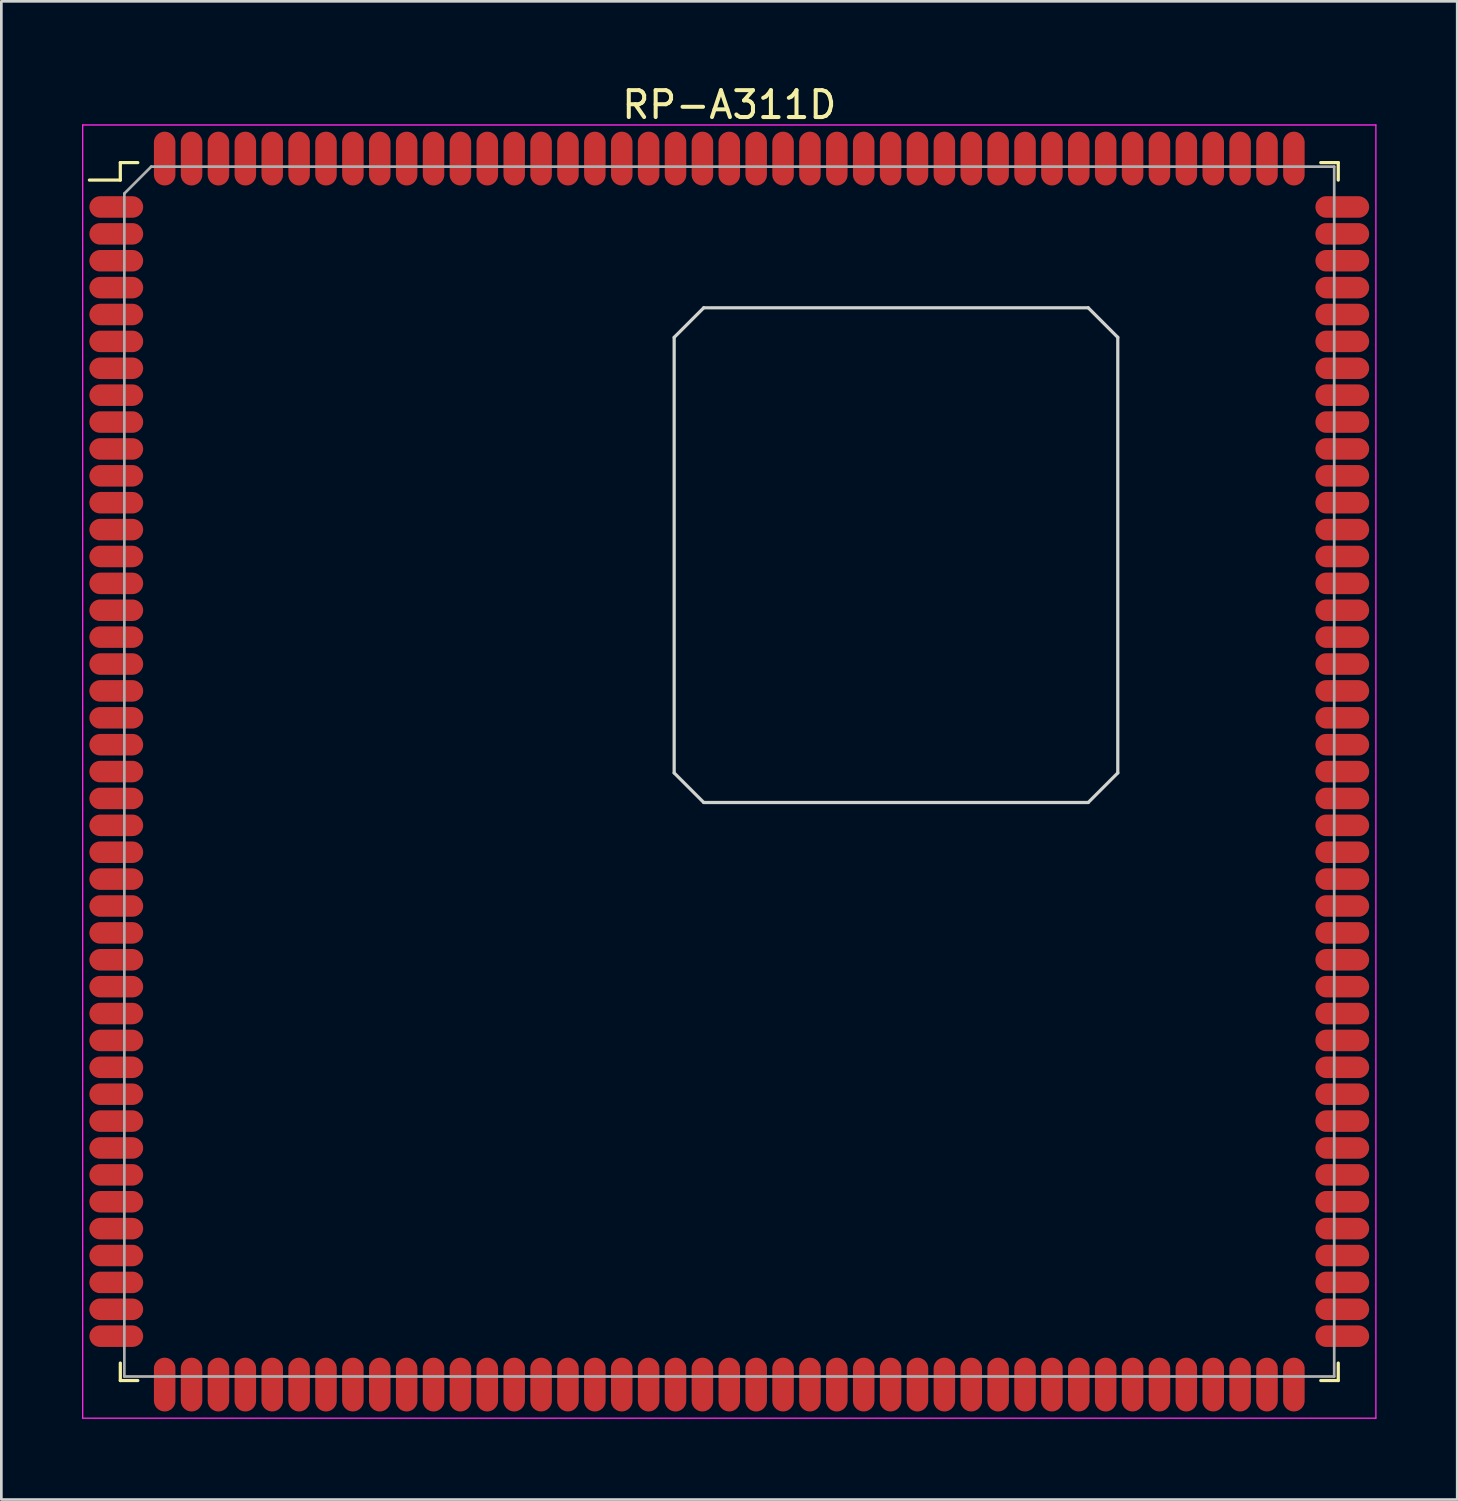
<source format=kicad_pcb>
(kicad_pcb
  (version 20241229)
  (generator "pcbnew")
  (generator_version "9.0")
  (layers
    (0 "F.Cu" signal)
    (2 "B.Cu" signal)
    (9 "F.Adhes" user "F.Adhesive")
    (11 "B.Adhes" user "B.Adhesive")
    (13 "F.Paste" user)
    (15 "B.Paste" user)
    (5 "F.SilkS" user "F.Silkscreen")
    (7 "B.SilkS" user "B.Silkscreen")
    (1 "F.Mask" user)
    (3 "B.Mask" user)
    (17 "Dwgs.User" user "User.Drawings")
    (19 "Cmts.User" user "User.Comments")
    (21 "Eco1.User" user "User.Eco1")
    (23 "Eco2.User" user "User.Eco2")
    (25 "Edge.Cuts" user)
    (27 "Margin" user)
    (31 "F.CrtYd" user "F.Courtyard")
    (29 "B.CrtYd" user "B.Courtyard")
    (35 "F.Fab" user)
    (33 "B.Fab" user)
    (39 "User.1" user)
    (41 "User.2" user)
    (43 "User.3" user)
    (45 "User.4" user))
  (footprint "RP-A311D"
    (layer "F.Cu")
    (at 24.075 25.648)
    (property "Reference" "RP-A311D" (at 0 -24.8 0) (layer "F.SilkS") (effects (font (size 1 1) (thickness 0.15))))
    (attr through_hole)
    (fp_line (start -22.65 -22.65) (end -22.65 -22) (stroke (width 0.12) (type solid)) (layer "F.SilkS"))
    (fp_line (start -22.65 -22) (end -23.8 -22) (stroke (width 0.12) (type solid)) (layer "F.SilkS"))
    (fp_line (start -22.65 22.65) (end -22.65 22) (stroke (width 0.12) (type solid)) (layer "F.SilkS"))
    (fp_line (start -22 -22.65) (end -22.65 -22.65) (stroke (width 0.12) (type solid)) (layer "F.SilkS"))
    (fp_line (start -22 22.65) (end -22.65 22.65) (stroke (width 0.12) (type solid)) (layer "F.SilkS"))
    (fp_line (start 22 -22.65) (end 22.65 -22.65) (stroke (width 0.12) (type solid)) (layer "F.SilkS"))
    (fp_line (start 22 22.65) (end 22.65 22.65) (stroke (width 0.12) (type solid)) (layer "F.SilkS"))
    (fp_line (start 22.65 -22.65) (end 22.65 -22) (stroke (width 0.12) (type solid)) (layer "F.SilkS"))
    (fp_line (start 22.65 22.65) (end 22.65 22) (stroke (width 0.12) (type solid)) (layer "F.SilkS"))
    (fp_line (start -2.05 -16.15) (end -2.05 0.05) (stroke (width 0.12) (type solid)) (layer "Edge.Cuts"))
    (fp_line (start -2.05 -16.15) (end -0.95 -17.25) (stroke (width 0.12) (type solid)) (layer "Edge.Cuts"))
    (fp_line (start -0.95 1.15) (end -2.05 0.05) (stroke (width 0.12) (type solid)) (layer "Edge.Cuts"))
    (fp_line (start -0.95 1.15) (end 13.35 1.15) (stroke (width 0.12) (type solid)) (layer "Edge.Cuts"))
    (fp_line (start 13.35 -17.25) (end -0.95 -17.25) (stroke (width 0.12) (type solid)) (layer "Edge.Cuts"))
    (fp_line (start 13.35 1.15) (end 14.45 0.05) (stroke (width 0.12) (type solid)) (layer "Edge.Cuts"))
    (fp_line (start 14.45 -16.15) (end 13.35 -17.25) (stroke (width 0.12) (type solid)) (layer "Edge.Cuts"))
    (fp_line (start 14.45 0.05) (end 14.45 -16.15) (stroke (width 0.12) (type solid)) (layer "Edge.Cuts"))
    (fp_line (start -24.05 -24.05) (end 24.05 -24.05) (stroke (width 0.05) (type solid)) (layer "F.CrtYd"))
    (fp_line (start -24.05 24.05) (end -24.05 -24.05) (stroke (width 0.05) (type solid)) (layer "F.CrtYd"))
    (fp_line (start 24.05 -24.05) (end 24.05 24.05) (stroke (width 0.05) (type solid)) (layer "F.CrtYd"))
    (fp_line (start 24.05 24.05) (end -24.05 24.05) (stroke (width 0.05) (type solid)) (layer "F.CrtYd"))
    (fp_line (start -22.5 -21.5) (end -22.5 22.5) (stroke (width 0.1) (type solid)) (layer "F.Fab"))
    (fp_line (start -22.5 22.5) (end 22.5 22.5) (stroke (width 0.1) (type solid)) (layer "F.Fab"))
    (fp_line (start -21.5 -22.5) (end -22.5 -21.5) (stroke (width 0.1) (type solid)) (layer "F.Fab"))
    (fp_line (start 22.5 -22.5) (end -21.5 -22.5) (stroke (width 0.1) (type solid)) (layer "F.Fab"))
    (fp_line (start 22.5 22.5) (end 22.5 -22.5) (stroke (width 0.1) (type solid)) (layer "F.Fab"))
    (pad "1" smd oval (at -22.8 -21 90) (size 0.8 2) (layers "F.Cu" "F.Mask" "F.Paste"))
    (pad "2" smd oval (at -22.8 -20 90) (size 0.8 2) (layers "F.Cu" "F.Mask" "F.Paste"))
    (pad "3" smd oval (at -22.8 -19 90) (size 0.8 2) (layers "F.Cu" "F.Mask" "F.Paste"))
    (pad "4" smd oval (at -22.8 -18 90) (size 0.8 2) (layers "F.Cu" "F.Mask" "F.Paste"))
    (pad "5" smd oval (at -22.8 -17 90) (size 0.8 2) (layers "F.Cu" "F.Mask" "F.Paste"))
    (pad "6" smd oval (at -22.8 -16 90) (size 0.8 2) (layers "F.Cu" "F.Mask" "F.Paste"))
    (pad "7" smd oval (at -22.8 -15 90) (size 0.8 2) (layers "F.Cu" "F.Mask" "F.Paste"))
    (pad "8" smd oval (at -22.8 -14 90) (size 0.8 2) (layers "F.Cu" "F.Mask" "F.Paste"))
    (pad "9" smd oval (at -22.8 -13 90) (size 0.8 2) (layers "F.Cu" "F.Mask" "F.Paste"))
    (pad "10" smd oval (at -22.8 -12 90) (size 0.8 2) (layers "F.Cu" "F.Mask" "F.Paste"))
    (pad "11" smd oval (at -22.8 -11 90) (size 0.8 2) (layers "F.Cu" "F.Mask" "F.Paste"))
    (pad "12" smd oval (at -22.8 -10 90) (size 0.8 2) (layers "F.Cu" "F.Mask" "F.Paste"))
    (pad "13" smd oval (at -22.8 -9 90) (size 0.8 2) (layers "F.Cu" "F.Mask" "F.Paste"))
    (pad "14" smd oval (at -22.8 -8 90) (size 0.8 2) (layers "F.Cu" "F.Mask" "F.Paste"))
    (pad "15" smd oval (at -22.8 -7 90) (size 0.8 2) (layers "F.Cu" "F.Mask" "F.Paste"))
    (pad "16" smd oval (at -22.8 -6 90) (size 0.8 2) (layers "F.Cu" "F.Mask" "F.Paste"))
    (pad "17" smd oval (at -22.8 -5 90) (size 0.8 2) (layers "F.Cu" "F.Mask" "F.Paste"))
    (pad "18" smd oval (at -22.8 -4 90) (size 0.8 2) (layers "F.Cu" "F.Mask" "F.Paste"))
    (pad "19" smd oval (at -22.8 -3 90) (size 0.8 2) (layers "F.Cu" "F.Mask" "F.Paste"))
    (pad "20" smd oval (at -22.8 -2 90) (size 0.8 2) (layers "F.Cu" "F.Mask" "F.Paste"))
    (pad "21" smd oval (at -22.8 -1 90) (size 0.8 2) (layers "F.Cu" "F.Mask" "F.Paste"))
    (pad "22" smd oval (at -22.8 0 90) (size 0.8 2) (layers "F.Cu" "F.Mask" "F.Paste"))
    (pad "23" smd oval (at -22.8 1 90) (size 0.8 2) (layers "F.Cu" "F.Mask" "F.Paste"))
    (pad "24" smd oval (at -22.8 2 90) (size 0.8 2) (layers "F.Cu" "F.Mask" "F.Paste"))
    (pad "25" smd oval (at -22.8 3 90) (size 0.8 2) (layers "F.Cu" "F.Mask" "F.Paste"))
    (pad "26" smd oval (at -22.8 4 90) (size 0.8 2) (layers "F.Cu" "F.Mask" "F.Paste"))
    (pad "27" smd oval (at -22.8 5 90) (size 0.8 2) (layers "F.Cu" "F.Mask" "F.Paste"))
    (pad "28" smd oval (at -22.8 6 90) (size 0.8 2) (layers "F.Cu" "F.Mask" "F.Paste"))
    (pad "29" smd oval (at -22.8 7 90) (size 0.8 2) (layers "F.Cu" "F.Mask" "F.Paste"))
    (pad "30" smd oval (at -22.8 8 90) (size 0.8 2) (layers "F.Cu" "F.Mask" "F.Paste"))
    (pad "31" smd oval (at -22.8 9 90) (size 0.8 2) (layers "F.Cu" "F.Mask" "F.Paste"))
    (pad "32" smd oval (at -22.8 10 90) (size 0.8 2) (layers "F.Cu" "F.Mask" "F.Paste"))
    (pad "33" smd oval (at -22.8 11 90) (size 0.8 2) (layers "F.Cu" "F.Mask" "F.Paste"))
    (pad "34" smd oval (at -22.8 12 90) (size 0.8 2) (layers "F.Cu" "F.Mask" "F.Paste"))
    (pad "35" smd oval (at -22.8 13 90) (size 0.8 2) (layers "F.Cu" "F.Mask" "F.Paste"))
    (pad "36" smd oval (at -22.8 14 90) (size 0.8 2) (layers "F.Cu" "F.Mask" "F.Paste"))
    (pad "37" smd oval (at -22.8 15 90) (size 0.8 2) (layers "F.Cu" "F.Mask" "F.Paste"))
    (pad "38" smd oval (at -22.8 16 90) (size 0.8 2) (layers "F.Cu" "F.Mask" "F.Paste"))
    (pad "39" smd oval (at -22.8 17 90) (size 0.8 2) (layers "F.Cu" "F.Mask" "F.Paste"))
    (pad "40" smd oval (at -22.8 18 90) (size 0.8 2) (layers "F.Cu" "F.Mask" "F.Paste"))
    (pad "41" smd oval (at -22.8 19 90) (size 0.8 2) (layers "F.Cu" "F.Mask" "F.Paste"))
    (pad "42" smd oval (at -22.8 20 90) (size 0.8 2) (layers "F.Cu" "F.Mask" "F.Paste"))
    (pad "43" smd oval (at -22.8 21 90) (size 0.8 2) (layers "F.Cu" "F.Mask" "F.Paste"))
    (pad "44" smd oval (at -21 22.8) (size 0.8 2) (layers "F.Cu" "F.Mask" "F.Paste"))
    (pad "45" smd oval (at -20 22.8) (size 0.8 2) (layers "F.Cu" "F.Mask" "F.Paste"))
    (pad "46" smd oval (at -19 22.8) (size 0.8 2) (layers "F.Cu" "F.Mask" "F.Paste"))
    (pad "47" smd oval (at -18 22.8) (size 0.8 2) (layers "F.Cu" "F.Mask" "F.Paste"))
    (pad "48" smd oval (at -17 22.8) (size 0.8 2) (layers "F.Cu" "F.Mask" "F.Paste"))
    (pad "49" smd oval (at -16 22.8) (size 0.8 2) (layers "F.Cu" "F.Mask" "F.Paste"))
    (pad "50" smd oval (at -15 22.8) (size 0.8 2) (layers "F.Cu" "F.Mask" "F.Paste"))
    (pad "51" smd oval (at -14 22.8) (size 0.8 2) (layers "F.Cu" "F.Mask" "F.Paste"))
    (pad "52" smd oval (at -13 22.8) (size 0.8 2) (layers "F.Cu" "F.Mask" "F.Paste"))
    (pad "53" smd oval (at -12 22.8) (size 0.8 2) (layers "F.Cu" "F.Mask" "F.Paste"))
    (pad "54" smd oval (at -11 22.8) (size 0.8 2) (layers "F.Cu" "F.Mask" "F.Paste"))
    (pad "55" smd oval (at -10 22.8) (size 0.8 2) (layers "F.Cu" "F.Mask" "F.Paste"))
    (pad "56" smd oval (at -9 22.8) (size 0.8 2) (layers "F.Cu" "F.Mask" "F.Paste"))
    (pad "57" smd oval (at -8 22.8) (size 0.8 2) (layers "F.Cu" "F.Mask" "F.Paste"))
    (pad "58" smd oval (at -7 22.8) (size 0.8 2) (layers "F.Cu" "F.Mask" "F.Paste"))
    (pad "59" smd oval (at -6 22.8) (size 0.8 2) (layers "F.Cu" "F.Mask" "F.Paste"))
    (pad "60" smd oval (at -5 22.8) (size 0.8 2) (layers "F.Cu" "F.Mask" "F.Paste"))
    (pad "61" smd oval (at -4 22.8) (size 0.8 2) (layers "F.Cu" "F.Mask" "F.Paste"))
    (pad "62" smd oval (at -3 22.8) (size 0.8 2) (layers "F.Cu" "F.Mask" "F.Paste"))
    (pad "63" smd oval (at -2 22.8) (size 0.8 2) (layers "F.Cu" "F.Mask" "F.Paste"))
    (pad "64" smd oval (at -1 22.8) (size 0.8 2) (layers "F.Cu" "F.Mask" "F.Paste"))
    (pad "65" smd oval (at 0 22.8) (size 0.8 2) (layers "F.Cu" "F.Mask" "F.Paste"))
    (pad "66" smd oval (at 1 22.8) (size 0.8 2) (layers "F.Cu" "F.Mask" "F.Paste"))
    (pad "67" smd oval (at 2 22.8) (size 0.8 2) (layers "F.Cu" "F.Mask" "F.Paste"))
    (pad "68" smd oval (at 3 22.8) (size 0.8 2) (layers "F.Cu" "F.Mask" "F.Paste"))
    (pad "69" smd oval (at 4 22.8) (size 0.8 2) (layers "F.Cu" "F.Mask" "F.Paste"))
    (pad "70" smd oval (at 5 22.8) (size 0.8 2) (layers "F.Cu" "F.Mask" "F.Paste"))
    (pad "71" smd oval (at 6 22.8) (size 0.8 2) (layers "F.Cu" "F.Mask" "F.Paste"))
    (pad "72" smd oval (at 7 22.8) (size 0.8 2) (layers "F.Cu" "F.Mask" "F.Paste"))
    (pad "73" smd oval (at 8 22.8) (size 0.8 2) (layers "F.Cu" "F.Mask" "F.Paste"))
    (pad "74" smd oval (at 9 22.8) (size 0.8 2) (layers "F.Cu" "F.Mask" "F.Paste"))
    (pad "75" smd oval (at 10 22.8) (size 0.8 2) (layers "F.Cu" "F.Mask" "F.Paste"))
    (pad "76" smd oval (at 11 22.8) (size 0.8 2) (layers "F.Cu" "F.Mask" "F.Paste"))
    (pad "77" smd oval (at 12 22.8) (size 0.8 2) (layers "F.Cu" "F.Mask" "F.Paste"))
    (pad "78" smd oval (at 13 22.8) (size 0.8 2) (layers "F.Cu" "F.Mask" "F.Paste"))
    (pad "79" smd oval (at 14 22.8) (size 0.8 2) (layers "F.Cu" "F.Mask" "F.Paste"))
    (pad "80" smd oval (at 15 22.8) (size 0.8 2) (layers "F.Cu" "F.Mask" "F.Paste"))
    (pad "81" smd oval (at 16 22.8) (size 0.8 2) (layers "F.Cu" "F.Mask" "F.Paste"))
    (pad "82" smd oval (at 17 22.8) (size 0.8 2) (layers "F.Cu" "F.Mask" "F.Paste"))
    (pad "83" smd oval (at 18 22.8) (size 0.8 2) (layers "F.Cu" "F.Mask" "F.Paste"))
    (pad "84" smd oval (at 19 22.8) (size 0.8 2) (layers "F.Cu" "F.Mask" "F.Paste"))
    (pad "85" smd oval (at 20 22.8) (size 0.8 2) (layers "F.Cu" "F.Mask" "F.Paste"))
    (pad "86" smd oval (at 21 22.8) (size 0.8 2) (layers "F.Cu" "F.Mask" "F.Paste"))
    (pad "87" smd oval (at 22.8 21 90) (size 0.8 2) (layers "F.Cu" "F.Mask" "F.Paste"))
    (pad "88" smd oval (at 22.8 20 90) (size 0.8 2) (layers "F.Cu" "F.Mask" "F.Paste"))
    (pad "89" smd oval (at 22.8 19 90) (size 0.8 2) (layers "F.Cu" "F.Mask" "F.Paste"))
    (pad "90" smd oval (at 22.8 18 90) (size 0.8 2) (layers "F.Cu" "F.Mask" "F.Paste"))
    (pad "91" smd oval (at 22.8 17 90) (size 0.8 2) (layers "F.Cu" "F.Mask" "F.Paste"))
    (pad "92" smd oval (at 22.8 16 90) (size 0.8 2) (layers "F.Cu" "F.Mask" "F.Paste"))
    (pad "93" smd oval (at 22.8 15 90) (size 0.8 2) (layers "F.Cu" "F.Mask" "F.Paste"))
    (pad "94" smd oval (at 22.8 14 90) (size 0.8 2) (layers "F.Cu" "F.Mask" "F.Paste"))
    (pad "95" smd oval (at 22.8 13 90) (size 0.8 2) (layers "F.Cu" "F.Mask" "F.Paste"))
    (pad "96" smd oval (at 22.8 12 90) (size 0.8 2) (layers "F.Cu" "F.Mask" "F.Paste"))
    (pad "97" smd oval (at 22.8 11 90) (size 0.8 2) (layers "F.Cu" "F.Mask" "F.Paste"))
    (pad "98" smd oval (at 22.8 10 90) (size 0.8 2) (layers "F.Cu" "F.Mask" "F.Paste"))
    (pad "99" smd oval (at 22.8 9 90) (size 0.8 2) (layers "F.Cu" "F.Mask" "F.Paste"))
    (pad "100" smd oval (at 22.8 8 90) (size 0.8 2) (layers "F.Cu" "F.Mask" "F.Paste"))
    (pad "101" smd oval (at 22.8 7 90) (size 0.8 2) (layers "F.Cu" "F.Mask" "F.Paste"))
    (pad "102" smd oval (at 22.8 6 90) (size 0.8 2) (layers "F.Cu" "F.Mask" "F.Paste"))
    (pad "103" smd oval (at 22.8 5 90) (size 0.8 2) (layers "F.Cu" "F.Mask" "F.Paste"))
    (pad "104" smd oval (at 22.8 4 90) (size 0.8 2) (layers "F.Cu" "F.Mask" "F.Paste"))
    (pad "105" smd oval (at 22.8 3 90) (size 0.8 2) (layers "F.Cu" "F.Mask" "F.Paste"))
    (pad "106" smd oval (at 22.8 2 90) (size 0.8 2) (layers "F.Cu" "F.Mask" "F.Paste"))
    (pad "107" smd oval (at 22.8 1 90) (size 0.8 2) (layers "F.Cu" "F.Mask" "F.Paste"))
    (pad "108" smd oval (at 22.8 0 90) (size 0.8 2) (layers "F.Cu" "F.Mask" "F.Paste"))
    (pad "109" smd oval (at 22.8 -1 90) (size 0.8 2) (layers "F.Cu" "F.Mask" "F.Paste"))
    (pad "110" smd oval (at 22.8 -2 90) (size 0.8 2) (layers "F.Cu" "F.Mask" "F.Paste"))
    (pad "111" smd oval (at 22.8 -3 90) (size 0.8 2) (layers "F.Cu" "F.Mask" "F.Paste"))
    (pad "112" smd oval (at 22.8 -4 90) (size 0.8 2) (layers "F.Cu" "F.Mask" "F.Paste"))
    (pad "113" smd oval (at 22.8 -5 90) (size 0.8 2) (layers "F.Cu" "F.Mask" "F.Paste"))
    (pad "114" smd oval (at 22.8 -6 90) (size 0.8 2) (layers "F.Cu" "F.Mask" "F.Paste"))
    (pad "115" smd oval (at 22.8 -7 90) (size 0.8 2) (layers "F.Cu" "F.Mask" "F.Paste"))
    (pad "116" smd oval (at 22.8 -8 90) (size 0.8 2) (layers "F.Cu" "F.Mask" "F.Paste"))
    (pad "117" smd oval (at 22.8 -9 90) (size 0.8 2) (layers "F.Cu" "F.Mask" "F.Paste"))
    (pad "118" smd oval (at 22.8 -10 90) (size 0.8 2) (layers "F.Cu" "F.Mask" "F.Paste"))
    (pad "119" smd oval (at 22.8 -11 90) (size 0.8 2) (layers "F.Cu" "F.Mask" "F.Paste"))
    (pad "120" smd oval (at 22.8 -12 90) (size 0.8 2) (layers "F.Cu" "F.Mask" "F.Paste"))
    (pad "121" smd oval (at 22.8 -13 90) (size 0.8 2) (layers "F.Cu" "F.Mask" "F.Paste"))
    (pad "122" smd oval (at 22.8 -14 90) (size 0.8 2) (layers "F.Cu" "F.Mask" "F.Paste"))
    (pad "123" smd oval (at 22.8 -15 90) (size 0.8 2) (layers "F.Cu" "F.Mask" "F.Paste"))
    (pad "124" smd oval (at 22.8 -16 90) (size 0.8 2) (layers "F.Cu" "F.Mask" "F.Paste"))
    (pad "125" smd oval (at 22.8 -17 90) (size 0.8 2) (layers "F.Cu" "F.Mask" "F.Paste"))
    (pad "126" smd oval (at 22.8 -18 90) (size 0.8 2) (layers "F.Cu" "F.Mask" "F.Paste"))
    (pad "127" smd oval (at 22.8 -19 90) (size 0.8 2) (layers "F.Cu" "F.Mask" "F.Paste"))
    (pad "128" smd oval (at 22.8 -20 90) (size 0.8 2) (layers "F.Cu" "F.Mask" "F.Paste"))
    (pad "129" smd oval (at 22.8 -21 90) (size 0.8 2) (layers "F.Cu" "F.Mask" "F.Paste"))
    (pad "130" smd oval (at 21 -22.8) (size 0.8 2) (layers "F.Cu" "F.Mask" "F.Paste"))
    (pad "131" smd oval (at 20 -22.8) (size 0.8 2) (layers "F.Cu" "F.Mask" "F.Paste"))
    (pad "132" smd oval (at 19 -22.8) (size 0.8 2) (layers "F.Cu" "F.Mask" "F.Paste"))
    (pad "133" smd oval (at 18 -22.8) (size 0.8 2) (layers "F.Cu" "F.Mask" "F.Paste"))
    (pad "134" smd oval (at 17 -22.8) (size 0.8 2) (layers "F.Cu" "F.Mask" "F.Paste"))
    (pad "135" smd oval (at 16 -22.8) (size 0.8 2) (layers "F.Cu" "F.Mask" "F.Paste"))
    (pad "136" smd oval (at 15 -22.8) (size 0.8 2) (layers "F.Cu" "F.Mask" "F.Paste"))
    (pad "137" smd oval (at 14 -22.8) (size 0.8 2) (layers "F.Cu" "F.Mask" "F.Paste"))
    (pad "138" smd oval (at 13 -22.8) (size 0.8 2) (layers "F.Cu" "F.Mask" "F.Paste"))
    (pad "139" smd oval (at 12 -22.8) (size 0.8 2) (layers "F.Cu" "F.Mask" "F.Paste"))
    (pad "140" smd oval (at 11 -22.8) (size 0.8 2) (layers "F.Cu" "F.Mask" "F.Paste"))
    (pad "141" smd oval (at 10 -22.8) (size 0.8 2) (layers "F.Cu" "F.Mask" "F.Paste"))
    (pad "142" smd oval (at 9 -22.8) (size 0.8 2) (layers "F.Cu" "F.Mask" "F.Paste"))
    (pad "143" smd oval (at 8 -22.8) (size 0.8 2) (layers "F.Cu" "F.Mask" "F.Paste"))
    (pad "144" smd oval (at 7 -22.8) (size 0.8 2) (layers "F.Cu" "F.Mask" "F.Paste"))
    (pad "145" smd oval (at 6 -22.8) (size 0.8 2) (layers "F.Cu" "F.Mask" "F.Paste"))
    (pad "146" smd oval (at 5 -22.8) (size 0.8 2) (layers "F.Cu" "F.Mask" "F.Paste"))
    (pad "147" smd oval (at 4 -22.8) (size 0.8 2) (layers "F.Cu" "F.Mask" "F.Paste"))
    (pad "148" smd oval (at 3 -22.8) (size 0.8 2) (layers "F.Cu" "F.Mask" "F.Paste"))
    (pad "149" smd oval (at 2 -22.8) (size 0.8 2) (layers "F.Cu" "F.Mask" "F.Paste"))
    (pad "150" smd oval (at 1 -22.8) (size 0.8 2) (layers "F.Cu" "F.Mask" "F.Paste"))
    (pad "151" smd oval (at 0 -22.8) (size 0.8 2) (layers "F.Cu" "F.Mask" "F.Paste"))
    (pad "152" smd oval (at -1 -22.8) (size 0.8 2) (layers "F.Cu" "F.Mask" "F.Paste"))
    (pad "153" smd oval (at -2 -22.8) (size 0.8 2) (layers "F.Cu" "F.Mask" "F.Paste"))
    (pad "154" smd oval (at -3 -22.8) (size 0.8 2) (layers "F.Cu" "F.Mask" "F.Paste"))
    (pad "155" smd oval (at -4 -22.8) (size 0.8 2) (layers "F.Cu" "F.Mask" "F.Paste"))
    (pad "156" smd oval (at -5 -22.8) (size 0.8 2) (layers "F.Cu" "F.Mask" "F.Paste"))
    (pad "157" smd oval (at -6 -22.8) (size 0.8 2) (layers "F.Cu" "F.Mask" "F.Paste"))
    (pad "158" smd oval (at -7 -22.8) (size 0.8 2) (layers "F.Cu" "F.Mask" "F.Paste"))
    (pad "159" smd oval (at -8 -22.8) (size 0.8 2) (layers "F.Cu" "F.Mask" "F.Paste"))
    (pad "160" smd oval (at -9 -22.8) (size 0.8 2) (layers "F.Cu" "F.Mask" "F.Paste"))
    (pad "161" smd oval (at -10 -22.8) (size 0.8 2) (layers "F.Cu" "F.Mask" "F.Paste"))
    (pad "162" smd oval (at -11 -22.8) (size 0.8 2) (layers "F.Cu" "F.Mask" "F.Paste"))
    (pad "163" smd oval (at -12 -22.8) (size 0.8 2) (layers "F.Cu" "F.Mask" "F.Paste"))
    (pad "164" smd oval (at -13 -22.8) (size 0.8 2) (layers "F.Cu" "F.Mask" "F.Paste"))
    (pad "165" smd oval (at -14 -22.8) (size 0.8 2) (layers "F.Cu" "F.Mask" "F.Paste"))
    (pad "166" smd oval (at -15 -22.8) (size 0.8 2) (layers "F.Cu" "F.Mask" "F.Paste"))
    (pad "167" smd oval (at -16 -22.8) (size 0.8 2) (layers "F.Cu" "F.Mask" "F.Paste"))
    (pad "168" smd oval (at -17 -22.8) (size 0.8 2) (layers "F.Cu" "F.Mask" "F.Paste"))
    (pad "169" smd oval (at -18 -22.8) (size 0.8 2) (layers "F.Cu" "F.Mask" "F.Paste"))
    (pad "170" smd oval (at -19 -22.8) (size 0.8 2) (layers "F.Cu" "F.Mask" "F.Paste"))
    (pad "171" smd oval (at -20 -22.8) (size 0.8 2) (layers "F.Cu" "F.Mask" "F.Paste"))
    (pad "172" smd oval (at -21 -22.8) (size 0.8 2) (layers "F.Cu" "F.Mask" "F.Paste")))
  (gr_rect
    (start -3 -3)
    (end 51.15 52.723)
    (stroke (width 0.1) (type default))
    (fill no)
    (layer "Edge.Cuts")))
</source>
